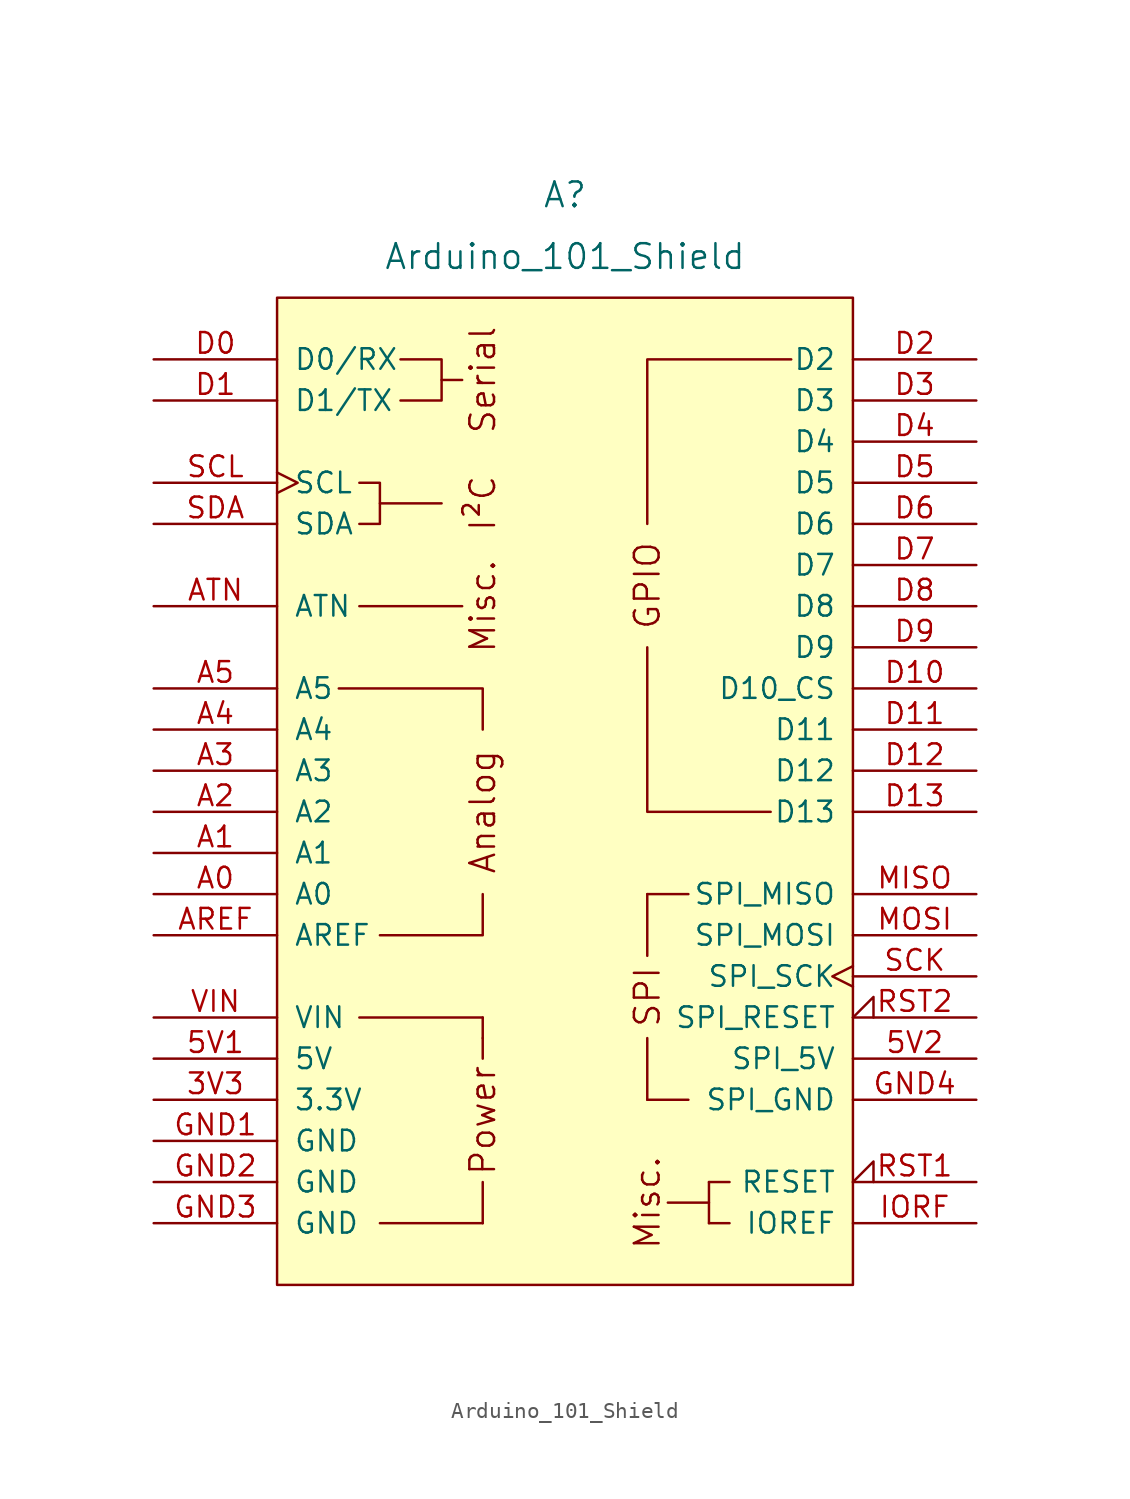
<source format=kicad_sym>
(kicad_symbol_lib
  (version 20241209)
  (generator "kicad_symbol_editor")
  (generator_version "9.0")
  (symbol "Arduino_101_Shield"
    (pin_names
      (offset 1.016))
    (property "Reference" "A"
      (at 0 36.83 0)
      (effects (font (size 1.524 1.524))))
    (property "Value" "Arduino_101_Shield"
      (at 0 33.02 0)
      (effects (font (size 1.524 1.524))))
    (symbol "Arduino_101_Shield_0_0"
      (rectangle (start -17.78 30.48) (end 17.78 -30.48) (stroke (width 0) (type default)) (fill (type background)))
      (polyline (pts (xy -12.7 19.05) (xy -11.43 19.05) (xy -11.43 16.51) (xy -12.7 16.51)) (stroke (width 0) (type default)) (fill (type none)))
      (rectangle (start -12.7 -13.97) (end -5.08 -13.97) (stroke (width 0) (type default)) (fill (type none)))
      (polyline (pts (xy -11.43 17.78) (xy -7.62 17.78)) (stroke (width 0) (type default)) (fill (type none)))
      (rectangle (start -11.43 -26.67) (end -5.08 -26.67) (stroke (width 0) (type default)) (fill (type none)))
      (polyline (pts (xy -10.16 26.67) (xy -7.62 26.67) (xy -7.62 24.13) (xy -10.16 24.13)) (stroke (width 0) (type default)) (fill (type none)))
      (polyline (pts (xy -7.62 25.4) (xy -6.35 25.4)) (stroke (width 0) (type default)) (fill (type none)))
      (polyline (pts (xy -6.35 11.43) (xy -12.7 11.43)) (stroke (width 0) (type default)) (fill (type none)))
      (polyline (pts (xy -5.08 3.81) (xy -5.08 6.35) (xy -13.97 6.35)) (stroke (width 0) (type default)) (fill (type none)))
      (polyline (pts (xy -5.08 -6.35) (xy -5.08 -8.89) (xy -11.43 -8.89)) (stroke (width 0) (type default)) (fill (type none)))
      (polyline (pts (xy -5.08 -13.97) (xy -5.08 -15.24)) (stroke (width 0) (type default)) (fill (type none)))
      (polyline (pts (xy -5.08 -15.24) (xy -5.08 -16.51)) (stroke (width 0) (type default)) (fill (type none)))
      (polyline (pts (xy -5.08 -26.67) (xy -5.08 -24.13)) (stroke (width 0) (type default)) (fill (type none)))
      (polyline (pts (xy 5.08 16.51) (xy 5.08 26.67) (xy 13.97 26.67)) (stroke (width 0) (type default)) (fill (type none)))
      (polyline (pts (xy 5.08 8.89) (xy 5.08 -1.27) (xy 12.7 -1.27)) (stroke (width 0) (type default)) (fill (type none)))
      (rectangle (start 5.08 -10.16) (end 5.08 -6.35) (stroke (width 0) (type default)) (fill (type none)))
      (rectangle (start 5.08 -19.05) (end 5.08 -15.24) (stroke (width 0) (type default)) (fill (type none)))
      (rectangle (start 5.08 -19.05) (end 7.62 -19.05) (stroke (width 0) (type default)) (fill (type none)))
      (rectangle (start 7.62 -6.35) (end 5.08 -6.35) (stroke (width 0) (type default)) (fill (type none)))
      (rectangle (start 8.89 -24.13) (end 8.89 -26.67) (stroke (width 0) (type default)) (fill (type none)))
      (rectangle (start 8.89 -25.4) (end 6.35 -25.4) (stroke (width 0) (type default)) (fill (type none)))
      (rectangle (start 10.16 -24.13) (end 8.89 -24.13) (stroke (width 0) (type default)) (fill (type none)))
      (rectangle (start 10.16 -26.67) (end 8.89 -26.67) (stroke (width 0) (type default)) (fill (type none)))
      (text "Serial" (at -5.08 25.4 900) (effects (font (size 1.524 1.524))))
      (text "I²C" (at -5.08 17.78 900) (effects (font (size 1.524 1.524))))
      (text "Misc." (at -5.08 11.43 900) (effects (font (size 1.524 1.524))))
      (text "Analog" (at -5.08 -1.27 900) (effects (font (size 1.524 1.524))))
      (text "Power" (at -5.08 -20.32 900) (effects (font (size 1.524 1.524))))
      (text "SPI" (at 5.08 -12.7 900) (effects (font (size 1.524 1.524))))
      (text "Misc." (at 5.08 -25.4 900) (effects (font (size 1.524 1.524)))))
    (symbol "Arduino_101_Shield_1_0"
      (text "GPIO" (at 5.08 12.7 900) (effects (font (size 1.524 1.524)))))
    (symbol "Arduino_101_Shield_1_1"
      (pin bidirectional line (at -25.4 26.67 0) (length 7.62) (name "D0/RX" (effects (font (size 1.27 1.27)))) (number "D0" (effects (font (size 1.27 1.27)))))
      (pin bidirectional line (at -25.4 24.13 0) (length 7.62) (name "D1/TX" (effects (font (size 1.27 1.27)))) (number "D1" (effects (font (size 1.27 1.27)))))
      (pin bidirectional clock (at -25.4 19.05 0) (length 7.62) (name "SCL" (effects (font (size 1.27 1.27)))) (number "SCL" (effects (font (size 1.27 1.27)))))
      (pin bidirectional line (at -25.4 16.51 0) (length 7.62) (name "SDA" (effects (font (size 1.27 1.27)))) (number "SDA" (effects (font (size 1.27 1.27)))))
      (pin bidirectional line (at -25.4 11.43 0) (length 7.62) (name "ATN" (effects (font (size 1.27 1.27)))) (number "ATN" (effects (font (size 1.27 1.27)))))
      (pin bidirectional line (at -25.4 6.35 0) (length 7.62) (name "A5" (effects (font (size 1.27 1.27)))) (number "A5" (effects (font (size 1.27 1.27)))))
      (pin bidirectional line (at -25.4 3.81 0) (length 7.62) (name "A4" (effects (font (size 1.27 1.27)))) (number "A4" (effects (font (size 1.27 1.27)))))
      (pin bidirectional line (at -25.4 1.27 0) (length 7.62) (name "A3" (effects (font (size 1.27 1.27)))) (number "A3" (effects (font (size 1.27 1.27)))))
      (pin bidirectional line (at -25.4 -1.27 0) (length 7.62) (name "A2" (effects (font (size 1.27 1.27)))) (number "A2" (effects (font (size 1.27 1.27)))))
      (pin bidirectional line (at -25.4 -3.81 0) (length 7.62) (name "A1" (effects (font (size 1.27 1.27)))) (number "A1" (effects (font (size 1.27 1.27)))))
      (pin bidirectional line (at -25.4 -6.35 0) (length 7.62) (name "A0" (effects (font (size 1.27 1.27)))) (number "A0" (effects (font (size 1.27 1.27)))))
      (pin input line (at -25.4 -8.89 0) (length 7.62) (name "AREF" (effects (font (size 1.27 1.27)))) (number "AREF" (effects (font (size 1.27 1.27)))))
      (pin power_in line (at -25.4 -13.97 0) (length 7.62) (name "VIN" (effects (font (size 1.27 1.27)))) (number "VIN" (effects (font (size 1.27 1.27)))))
      (pin power_in line (at -25.4 -16.51 0) (length 7.62) (name "5V" (effects (font (size 1.27 1.27)))) (number "5V1" (effects (font (size 1.27 1.27)))))
      (pin power_out line (at -25.4 -19.05 0) (length 7.62) (name "3.3V" (effects (font (size 1.27 1.27)))) (number "3V3" (effects (font (size 1.27 1.27)))))
      (pin power_in line (at -25.4 -21.59 0) (length 7.62) (name "GND" (effects (font (size 1.27 1.27)))) (number "GND1" (effects (font (size 1.27 1.27)))))
      (pin power_in line (at -25.4 -24.13 0) (length 7.62) (name "GND" (effects (font (size 1.27 1.27)))) (number "GND2" (effects (font (size 1.27 1.27)))))
      (pin power_in line (at -25.4 -26.67 0) (length 7.62) (name "GND" (effects (font (size 1.27 1.27)))) (number "GND3" (effects (font (size 1.27 1.27)))))
      (pin bidirectional line (at 25.4 26.67 180) (length 7.62) (name "D2" (effects (font (size 1.27 1.27)))) (number "D2" (effects (font (size 1.27 1.27)))))
      (pin bidirectional line (at 25.4 24.13 180) (length 7.62) (name "D3" (effects (font (size 1.27 1.27)))) (number "D3" (effects (font (size 1.27 1.27)))))
      (pin bidirectional line (at 25.4 21.59 180) (length 7.62) (name "D4" (effects (font (size 1.27 1.27)))) (number "D4" (effects (font (size 1.27 1.27)))))
      (pin bidirectional line (at 25.4 19.05 180) (length 7.62) (name "D5" (effects (font (size 1.27 1.27)))) (number "D5" (effects (font (size 1.27 1.27)))))
      (pin bidirectional line (at 25.4 16.51 180) (length 7.62) (name "D6" (effects (font (size 1.27 1.27)))) (number "D6" (effects (font (size 1.27 1.27)))))
      (pin bidirectional line (at 25.4 13.97 180) (length 7.62) (name "D7" (effects (font (size 1.27 1.27)))) (number "D7" (effects (font (size 1.27 1.27)))))
      (pin bidirectional line (at 25.4 11.43 180) (length 7.62) (name "D8" (effects (font (size 1.27 1.27)))) (number "D8" (effects (font (size 1.27 1.27)))))
      (pin bidirectional line (at 25.4 8.89 180) (length 7.62) (name "D9" (effects (font (size 1.27 1.27)))) (number "D9" (effects (font (size 1.27 1.27)))))
      (pin bidirectional line (at 25.4 6.35 180) (length 7.62) (name "D10_CS" (effects (font (size 1.27 1.27)))) (number "D10" (effects (font (size 1.27 1.27)))))
      (pin bidirectional line (at 25.4 3.81 180) (length 7.62) (name "D11" (effects (font (size 1.27 1.27)))) (number "D11" (effects (font (size 1.27 1.27)))))
      (pin bidirectional line (at 25.4 1.27 180) (length 7.62) (name "D12" (effects (font (size 1.27 1.27)))) (number "D12" (effects (font (size 1.27 1.27)))))
      (pin bidirectional line (at 25.4 -1.27 180) (length 7.62) (name "D13" (effects (font (size 1.27 1.27)))) (number "D13" (effects (font (size 1.27 1.27)))))
      (pin input line (at 25.4 -6.35 180) (length 7.62) (name "SPI_MISO" (effects (font (size 1.27 1.27)))) (number "MISO" (effects (font (size 1.27 1.27)))))
      (pin output line (at 25.4 -8.89 180) (length 7.62) (name "SPI_MOSI" (effects (font (size 1.27 1.27)))) (number "MOSI" (effects (font (size 1.27 1.27)))))
      (pin output clock (at 25.4 -11.43 180) (length 7.62) (name "SPI_SCK" (effects (font (size 1.27 1.27)))) (number "SCK" (effects (font (size 1.27 1.27)))))
      (pin open_collector input_low (at 25.4 -13.97 180) (length 7.62) (name "SPI_RESET" (effects (font (size 1.27 1.27)))) (number "RST2" (effects (font (size 1.27 1.27)))))
      (pin power_in line (at 25.4 -16.51 180) (length 7.62) (name "SPI_5V" (effects (font (size 1.27 1.27)))) (number "5V2" (effects (font (size 1.27 1.27)))))
      (pin power_in line (at 25.4 -19.05 180) (length 7.62) (name "SPI_GND" (effects (font (size 1.27 1.27)))) (number "GND4" (effects (font (size 1.27 1.27)))))
      (pin open_collector input_low (at 25.4 -24.13 180) (length 7.62) (name "RESET" (effects (font (size 1.27 1.27)))) (number "RST1" (effects (font (size 1.27 1.27)))))
      (pin output line (at 25.4 -26.67 180) (length 7.62) (name "IOREF" (effects (font (size 1.27 1.27)))) (number "IORF" (effects (font (size 1.27 1.27))))))))
</source>
